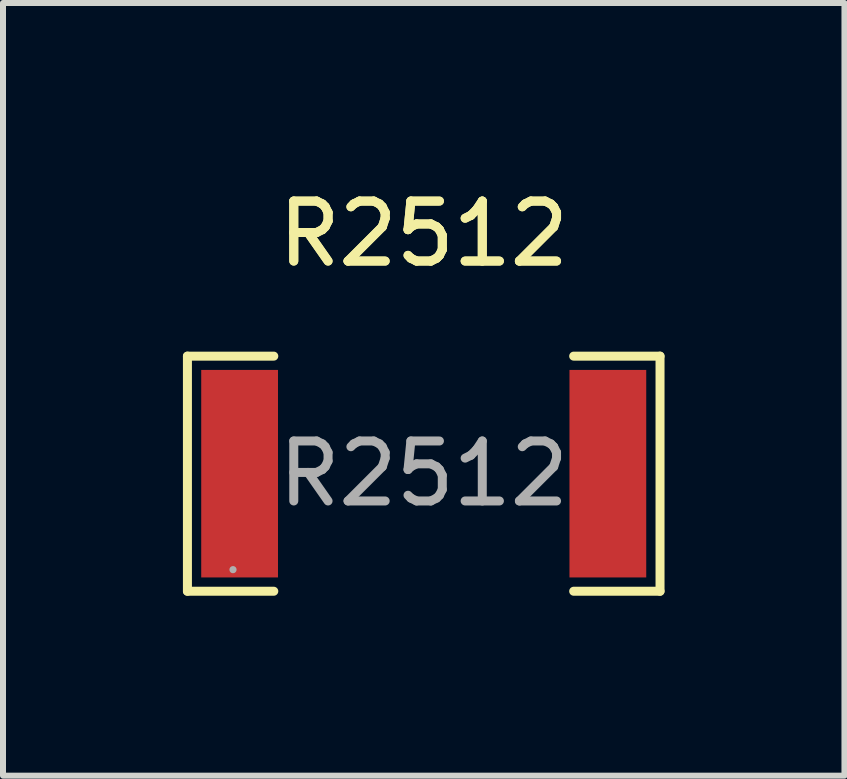
<source format=kicad_pcb>
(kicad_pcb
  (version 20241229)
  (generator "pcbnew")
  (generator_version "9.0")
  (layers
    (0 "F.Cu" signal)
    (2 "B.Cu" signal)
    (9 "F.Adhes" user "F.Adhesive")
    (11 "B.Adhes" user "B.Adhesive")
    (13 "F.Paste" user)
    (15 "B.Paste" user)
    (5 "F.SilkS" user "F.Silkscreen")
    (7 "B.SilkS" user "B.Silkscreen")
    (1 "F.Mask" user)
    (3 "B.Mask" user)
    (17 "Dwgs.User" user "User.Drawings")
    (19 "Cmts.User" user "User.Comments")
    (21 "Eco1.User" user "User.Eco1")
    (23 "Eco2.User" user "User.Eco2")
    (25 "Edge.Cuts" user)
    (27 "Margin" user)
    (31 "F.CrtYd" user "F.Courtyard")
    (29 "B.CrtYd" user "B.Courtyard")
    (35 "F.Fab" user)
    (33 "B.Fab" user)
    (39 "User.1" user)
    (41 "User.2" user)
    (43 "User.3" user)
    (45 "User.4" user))
  (footprint "R2512"
    (layer "F.Cu")
    (at 4.015 4.848)
    (property "Reference" "R2512" (at 0 -4 0) (layer "F.SilkS") (effects (font (size 1 1) (thickness 0.15))))
    (attr smd)
    (fp_line (start -3.94 -1.96) (end -2.5 -1.96) (stroke (width 0.15) (type solid)) (layer "F.SilkS"))
    (fp_line (start -3.94 1.96) (end -3.94 -1.96) (stroke (width 0.15) (type solid)) (layer "F.SilkS"))
    (fp_line (start -2.5 1.96) (end -3.94 1.96) (stroke (width 0.15) (type solid)) (layer "F.SilkS"))
    (fp_line (start 2.5 1.96) (end 3.94 1.96) (stroke (width 0.15) (type solid)) (layer "F.SilkS"))
    (fp_line (start 3.94 -1.96) (end 2.5 -1.96) (stroke (width 0.15) (type solid)) (layer "F.SilkS"))
    (fp_line (start 3.94 1.96) (end 3.94 -1.96) (stroke (width 0.15) (type solid)) (layer "F.SilkS"))
    (fp_circle (center -3.18 1.6) (end -3.15 1.6) (stroke (width 0.06) (type solid)) (fill no) (layer "F.Fab"))
    (fp_text user "${REFERENCE}" (at 0 -4 0) (layer "F.SilkS") (effects (font (size 1 1) (thickness 0.15))))
    (fp_text user "${REFERENCE}" (at 0 0 0) (layer "F.Fab") (effects (font (size 1 1) (thickness 0.15))))
    (pad "1" smd rect (at -3.07 0) (size 1.28 3.46) (layers "F.Cu" "F.Mask" "F.Paste"))
    (pad "2" smd rect (at 3.07 0) (size 1.28 3.46) (layers "F.Cu" "F.Mask" "F.Paste")))
  (gr_rect
    (start -3 -3)
    (end 11.03 9.883)
    (stroke (width 0.1) (type default))
    (fill no)
    (layer "Edge.Cuts")))
</source>
